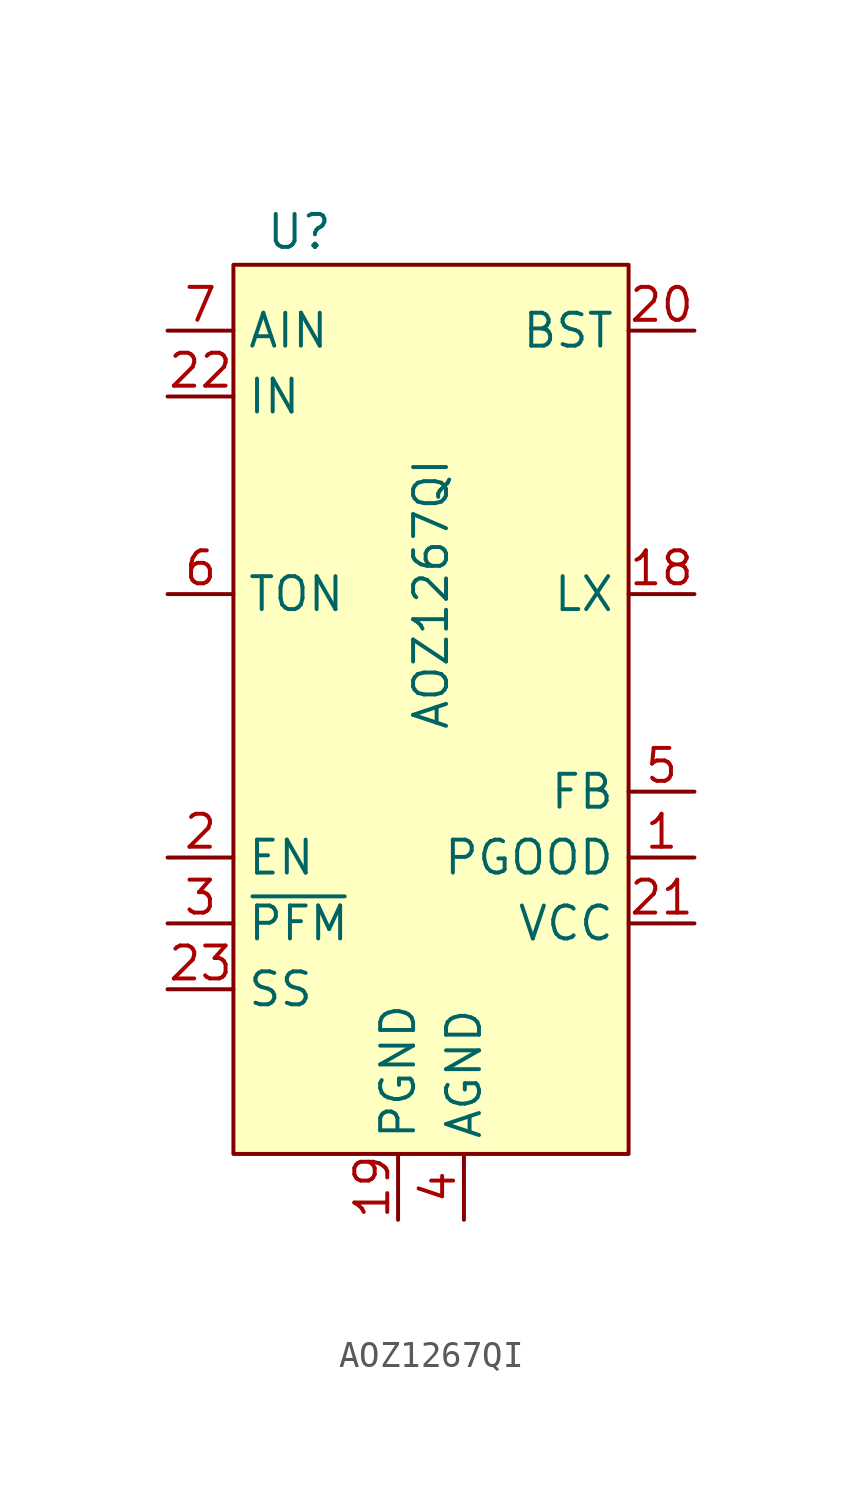
<source format=kicad_sym>
(kicad_symbol_lib
  (version 20220914)
  (generator kicad_symbol_editor)
  (symbol "AOZ1267QI"
    (property "Reference" "U"
      (at -5.08 16.51 0)
      (do_not_autoplace)
      (effects (font (size 1.27 1.27))))
    (property "Value" "AOZ1267QI"
      (at 0 2.54 90)
      (do_not_autoplace)
      (effects (font (size 1.27 1.27))))
    (symbol "AOZ1267QI_0_0"
      (pin open_collector line (at 10.16 -7.62 180) (length 2.54) (name "PGOOD" (effects (font (size 1.27 1.27)))) (number "1" (effects (font (size 1.27 1.27)))))
      (pin output line (at 10.16 2.54 180) (length 2.54) (name "LX" (effects (font (size 1.27 1.27)))) (number "18" (effects (font (size 1.27 1.27)))))
      (pin power_in line (at -1.27 -21.59 90) (length 2.54) (name "PGND" (effects (font (size 1.27 1.27)))) (number "19" (effects (font (size 1.27 1.27)))))
      (pin input line (at -10.16 -7.62 0) (length 2.54) (name "EN" (effects (font (size 1.27 1.27)))) (number "2" (effects (font (size 1.27 1.27)))))
      (pin input line (at 10.16 12.7 180) (length 2.54) (name "BST" (effects (font (size 1.27 1.27)))) (number "20" (effects (font (size 1.27 1.27)))))
      (pin output line (at 10.16 -10.16 180) (length 2.54) (name "VCC" (effects (font (size 1.27 1.27)))) (number "21" (effects (font (size 1.27 1.27)))))
      (pin power_in line (at -10.16 10.16 0) (length 2.54) (name "IN" (effects (font (size 1.27 1.27)))) (number "22" (effects (font (size 1.27 1.27)))))
      (pin input line (at -10.16 -12.7 0) (length 2.54) (name "SS" (effects (font (size 1.27 1.27)))) (number "23" (effects (font (size 1.27 1.27)))))
      (pin input line (at -10.16 -10.16 0) (length 2.54) (name "~{PFM}" (effects (font (size 1.27 1.27)))) (number "3" (effects (font (size 1.27 1.27)))))
      (pin power_in line (at 1.27 -21.59 90) (length 2.54) (name "AGND" (effects (font (size 1.27 1.27)))) (number "4" (effects (font (size 1.27 1.27)))))
      (pin input line (at 10.16 -5.08 180) (length 2.54) (name "FB" (effects (font (size 1.27 1.27)))) (number "5" (effects (font (size 1.27 1.27)))))
      (pin input line (at -10.16 2.54 0) (length 2.54) (name "TON" (effects (font (size 1.27 1.27)))) (number "6" (effects (font (size 1.27 1.27)))))
      (pin power_in line (at -10.16 12.7 0) (length 2.54) (name "AIN" (effects (font (size 1.27 1.27)))) (number "7" (effects (font (size 1.27 1.27))))))
    (symbol "AOZ1267QI_1_0"
      (pin output line (at 10.16 2.54 180) (length 2.54) hide (name "LX" (effects (font (size 1.27 1.27)))) (number "10" (effects (font (size 1.27 1.27)))))
      (pin output line (at 10.16 2.54 180) (length 2.54) hide (name "LX" (effects (font (size 1.27 1.27)))) (number "11" (effects (font (size 1.27 1.27)))))
      (pin power_in line (at -1.27 -21.59 90) (length 2.54) hide (name "PGND" (effects (font (size 1.27 1.27)))) (number "12" (effects (font (size 1.27 1.27)))))
      (pin power_in line (at -1.27 -21.59 90) (length 2.54) hide (name "PGND" (effects (font (size 1.27 1.27)))) (number "13" (effects (font (size 1.27 1.27)))))
      (pin power_in line (at -1.27 -21.59 90) (length 2.54) hide (name "PGND" (effects (font (size 1.27 1.27)))) (number "14" (effects (font (size 1.27 1.27)))))
      (pin power_in line (at -1.27 -21.59 90) (length 2.54) hide (name "PGND" (effects (font (size 1.27 1.27)))) (number "15" (effects (font (size 1.27 1.27)))))
      (pin output line (at 10.16 2.54 180) (length 2.54) hide (name "LX" (effects (font (size 1.27 1.27)))) (number "16" (effects (font (size 1.27 1.27)))))
      (pin output line (at 10.16 2.54 180) (length 2.54) hide (name "LX" (effects (font (size 1.27 1.27)))) (number "17" (effects (font (size 1.27 1.27)))))
      (pin power_in line (at -10.16 10.16 0) (length 2.54) hide (name "IN" (effects (font (size 1.27 1.27)))) (number "8" (effects (font (size 1.27 1.27)))))
      (pin power_in line (at -10.16 10.16 0) (length 2.54) hide (name "IN" (effects (font (size 1.27 1.27)))) (number "9" (effects (font (size 1.27 1.27))))))
    (symbol "AOZ1267QI_1_1"
      (rectangle (start -7.62 15.24) (end 7.62 -19.05) (stroke (width 0) (type default)) (fill (type background))))))
</source>
